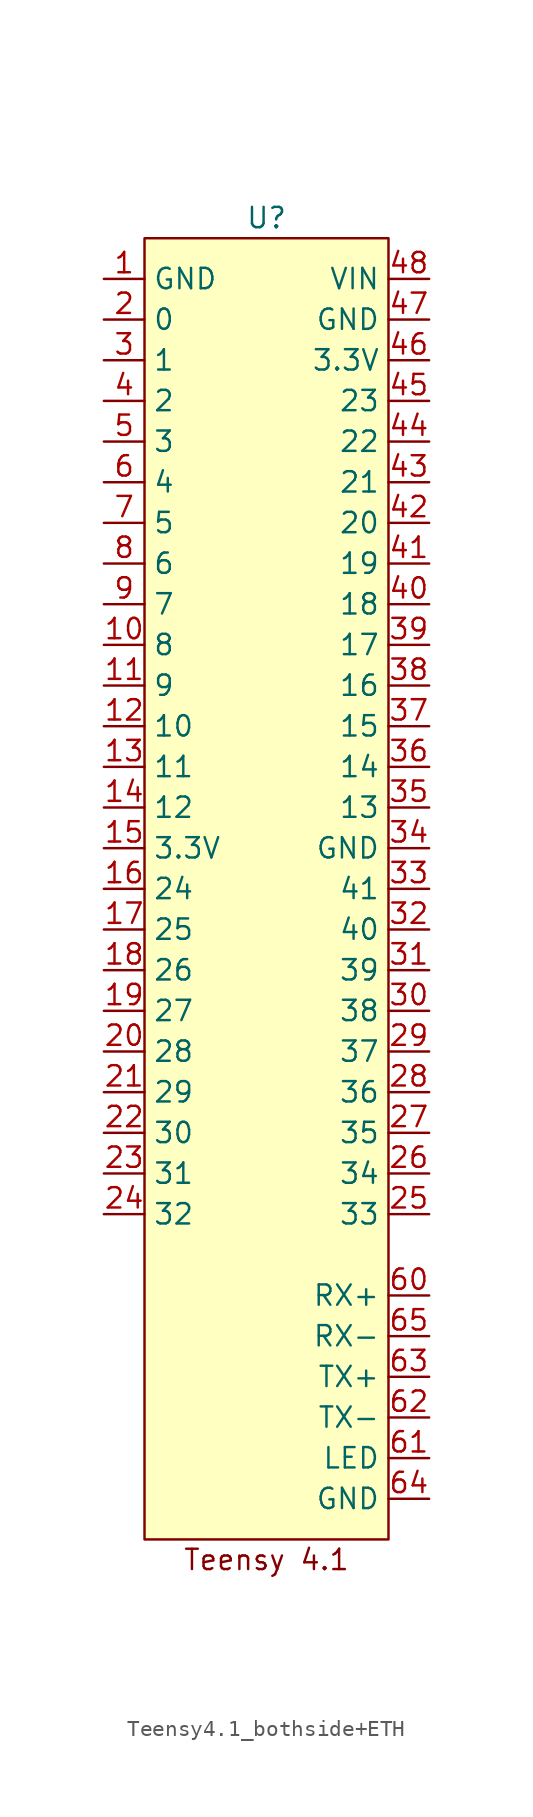
<source format=kicad_sym>
(kicad_symbol_lib
  (version 20220914)
  (generator kicad_symbol_editor)
  (symbol "Teensy4.1_bothside+ETH"
    (property "Reference" "U"
      (at 0 39.37 0)
      (effects (font (size 1.27 1.27))))
    (property "Value" ""
      (at 0 11.43 0)
      (effects (font (size 1.27 1.27))))
    (symbol "Teensy4.1_bothside+ETH_0_1"
      (rectangle (start -7.62 38.1) (end 7.62 -43.18) (stroke (width 0) (type default)) (fill (type background)))
      (text "Teensy 4.1" (at 0 -44.45 0) (effects (font (size 1.27 1.27)))))
    (symbol "Teensy4.1_bothside+ETH_1_1"
      (pin power_in line (at -10.16 35.56 0) (length 2.54) (name "GND" (effects (font (size 1.27 1.27)))) (number "1" (effects (font (size 1.27 1.27)))))
      (pin bidirectional line (at -10.16 12.7 0) (length 2.54) (name "8" (effects (font (size 1.27 1.27)))) (number "10" (effects (font (size 1.27 1.27)))))
      (pin bidirectional line (at -10.16 10.16 0) (length 2.54) (name "9" (effects (font (size 1.27 1.27)))) (number "11" (effects (font (size 1.27 1.27)))))
      (pin bidirectional line (at -10.16 7.62 0) (length 2.54) (name "10" (effects (font (size 1.27 1.27)))) (number "12" (effects (font (size 1.27 1.27)))))
      (pin bidirectional line (at -10.16 5.08 0) (length 2.54) (name "11" (effects (font (size 1.27 1.27)))) (number "13" (effects (font (size 1.27 1.27)))))
      (pin bidirectional line (at -10.16 2.54 0) (length 2.54) (name "12" (effects (font (size 1.27 1.27)))) (number "14" (effects (font (size 1.27 1.27)))))
      (pin power_in line (at -10.16 0 0) (length 2.54) (name "3.3V" (effects (font (size 1.27 1.27)))) (number "15" (effects (font (size 1.27 1.27)))))
      (pin bidirectional line (at -10.16 -2.54 0) (length 2.54) (name "24" (effects (font (size 1.27 1.27)))) (number "16" (effects (font (size 1.27 1.27)))))
      (pin bidirectional line (at -10.16 -5.08 0) (length 2.54) (name "25" (effects (font (size 1.27 1.27)))) (number "17" (effects (font (size 1.27 1.27)))))
      (pin bidirectional line (at -10.16 -7.62 0) (length 2.54) (name "26" (effects (font (size 1.27 1.27)))) (number "18" (effects (font (size 1.27 1.27)))))
      (pin bidirectional line (at -10.16 -10.16 0) (length 2.54) (name "27" (effects (font (size 1.27 1.27)))) (number "19" (effects (font (size 1.27 1.27)))))
      (pin bidirectional line (at -10.16 33.02 0) (length 2.54) (name "0" (effects (font (size 1.27 1.27)))) (number "2" (effects (font (size 1.27 1.27)))))
      (pin bidirectional line (at -10.16 -12.7 0) (length 2.54) (name "28" (effects (font (size 1.27 1.27)))) (number "20" (effects (font (size 1.27 1.27)))))
      (pin bidirectional line (at -10.16 -15.24 0) (length 2.54) (name "29" (effects (font (size 1.27 1.27)))) (number "21" (effects (font (size 1.27 1.27)))))
      (pin bidirectional line (at -10.16 -17.78 0) (length 2.54) (name "30" (effects (font (size 1.27 1.27)))) (number "22" (effects (font (size 1.27 1.27)))))
      (pin bidirectional line (at -10.16 -20.32 0) (length 2.54) (name "31" (effects (font (size 1.27 1.27)))) (number "23" (effects (font (size 1.27 1.27)))))
      (pin bidirectional line (at -10.16 -22.86 0) (length 2.54) (name "32" (effects (font (size 1.27 1.27)))) (number "24" (effects (font (size 1.27 1.27)))))
      (pin bidirectional line (at 10.16 -22.86 180) (length 2.54) (name "33" (effects (font (size 1.27 1.27)))) (number "25" (effects (font (size 1.27 1.27)))))
      (pin bidirectional line (at 10.16 -20.32 180) (length 2.54) (name "34" (effects (font (size 1.27 1.27)))) (number "26" (effects (font (size 1.27 1.27)))))
      (pin bidirectional line (at 10.16 -17.78 180) (length 2.54) (name "35" (effects (font (size 1.27 1.27)))) (number "27" (effects (font (size 1.27 1.27)))))
      (pin bidirectional line (at 10.16 -15.24 180) (length 2.54) (name "36" (effects (font (size 1.27 1.27)))) (number "28" (effects (font (size 1.27 1.27)))))
      (pin bidirectional line (at 10.16 -12.7 180) (length 2.54) (name "37" (effects (font (size 1.27 1.27)))) (number "29" (effects (font (size 1.27 1.27)))))
      (pin bidirectional line (at -10.16 30.48 0) (length 2.54) (name "1" (effects (font (size 1.27 1.27)))) (number "3" (effects (font (size 1.27 1.27)))))
      (pin bidirectional line (at 10.16 -10.16 180) (length 2.54) (name "38" (effects (font (size 1.27 1.27)))) (number "30" (effects (font (size 1.27 1.27)))))
      (pin bidirectional line (at 10.16 -7.62 180) (length 2.54) (name "39" (effects (font (size 1.27 1.27)))) (number "31" (effects (font (size 1.27 1.27)))))
      (pin bidirectional line (at 10.16 -5.08 180) (length 2.54) (name "40" (effects (font (size 1.27 1.27)))) (number "32" (effects (font (size 1.27 1.27)))))
      (pin bidirectional line (at 10.16 -2.54 180) (length 2.54) (name "41" (effects (font (size 1.27 1.27)))) (number "33" (effects (font (size 1.27 1.27)))))
      (pin power_in line (at 10.16 0 180) (length 2.54) (name "GND" (effects (font (size 1.27 1.27)))) (number "34" (effects (font (size 1.27 1.27)))))
      (pin bidirectional line (at 10.16 2.54 180) (length 2.54) (name "13" (effects (font (size 1.27 1.27)))) (number "35" (effects (font (size 1.27 1.27)))))
      (pin bidirectional line (at 10.16 5.08 180) (length 2.54) (name "14" (effects (font (size 1.27 1.27)))) (number "36" (effects (font (size 1.27 1.27)))))
      (pin bidirectional line (at 10.16 7.62 180) (length 2.54) (name "15" (effects (font (size 1.27 1.27)))) (number "37" (effects (font (size 1.27 1.27)))))
      (pin bidirectional line (at 10.16 10.16 180) (length 2.54) (name "16" (effects (font (size 1.27 1.27)))) (number "38" (effects (font (size 1.27 1.27)))))
      (pin bidirectional line (at 10.16 12.7 180) (length 2.54) (name "17" (effects (font (size 1.27 1.27)))) (number "39" (effects (font (size 1.27 1.27)))))
      (pin bidirectional line (at -10.16 27.94 0) (length 2.54) (name "2" (effects (font (size 1.27 1.27)))) (number "4" (effects (font (size 1.27 1.27)))))
      (pin bidirectional line (at 10.16 15.24 180) (length 2.54) (name "18" (effects (font (size 1.27 1.27)))) (number "40" (effects (font (size 1.27 1.27)))))
      (pin bidirectional line (at 10.16 17.78 180) (length 2.54) (name "19" (effects (font (size 1.27 1.27)))) (number "41" (effects (font (size 1.27 1.27)))))
      (pin bidirectional line (at 10.16 20.32 180) (length 2.54) (name "20" (effects (font (size 1.27 1.27)))) (number "42" (effects (font (size 1.27 1.27)))))
      (pin bidirectional line (at 10.16 22.86 180) (length 2.54) (name "21" (effects (font (size 1.27 1.27)))) (number "43" (effects (font (size 1.27 1.27)))))
      (pin bidirectional line (at 10.16 25.4 180) (length 2.54) (name "22" (effects (font (size 1.27 1.27)))) (number "44" (effects (font (size 1.27 1.27)))))
      (pin bidirectional line (at 10.16 27.94 180) (length 2.54) (name "23" (effects (font (size 1.27 1.27)))) (number "45" (effects (font (size 1.27 1.27)))))
      (pin power_out line (at 10.16 30.48 180) (length 2.54) (name "3.3V" (effects (font (size 1.27 1.27)))) (number "46" (effects (font (size 1.27 1.27)))))
      (pin power_in line (at 10.16 33.02 180) (length 2.54) (name "GND" (effects (font (size 1.27 1.27)))) (number "47" (effects (font (size 1.27 1.27)))))
      (pin power_in line (at 10.16 35.56 180) (length 2.54) (name "VIN" (effects (font (size 1.27 1.27)))) (number "48" (effects (font (size 1.27 1.27)))))
      (pin bidirectional line (at -10.16 25.4 0) (length 2.54) (name "3" (effects (font (size 1.27 1.27)))) (number "5" (effects (font (size 1.27 1.27)))))
      (pin bidirectional line (at -10.16 22.86 0) (length 2.54) (name "4" (effects (font (size 1.27 1.27)))) (number "6" (effects (font (size 1.27 1.27)))))
      (pin input line (at 10.16 -27.94 180) (length 2.54) (name "RX+" (effects (font (size 1.27 1.27)))) (number "60" (effects (font (size 1.27 1.27)))))
      (pin output line (at 10.16 -38.1 180) (length 2.54) (name "LED" (effects (font (size 1.27 1.27)))) (number "61" (effects (font (size 1.27 1.27)))))
      (pin output line (at 10.16 -35.56 180) (length 2.54) (name "TX-" (effects (font (size 1.27 1.27)))) (number "62" (effects (font (size 1.27 1.27)))))
      (pin output line (at 10.16 -33.02 180) (length 2.54) (name "TX+" (effects (font (size 1.27 1.27)))) (number "63" (effects (font (size 1.27 1.27)))))
      (pin power_out line (at 10.16 -40.64 180) (length 2.54) (name "GND" (effects (font (size 1.27 1.27)))) (number "64" (effects (font (size 1.27 1.27)))))
      (pin input line (at 10.16 -30.48 180) (length 2.54) (name "RX-" (effects (font (size 1.27 1.27)))) (number "65" (effects (font (size 1.27 1.27)))))
      (pin bidirectional line (at -10.16 20.32 0) (length 2.54) (name "5" (effects (font (size 1.27 1.27)))) (number "7" (effects (font (size 1.27 1.27)))))
      (pin bidirectional line (at -10.16 17.78 0) (length 2.54) (name "6" (effects (font (size 1.27 1.27)))) (number "8" (effects (font (size 1.27 1.27)))))
      (pin bidirectional line (at -10.16 15.24 0) (length 2.54) (name "7" (effects (font (size 1.27 1.27)))) (number "9" (effects (font (size 1.27 1.27))))))))
</source>
